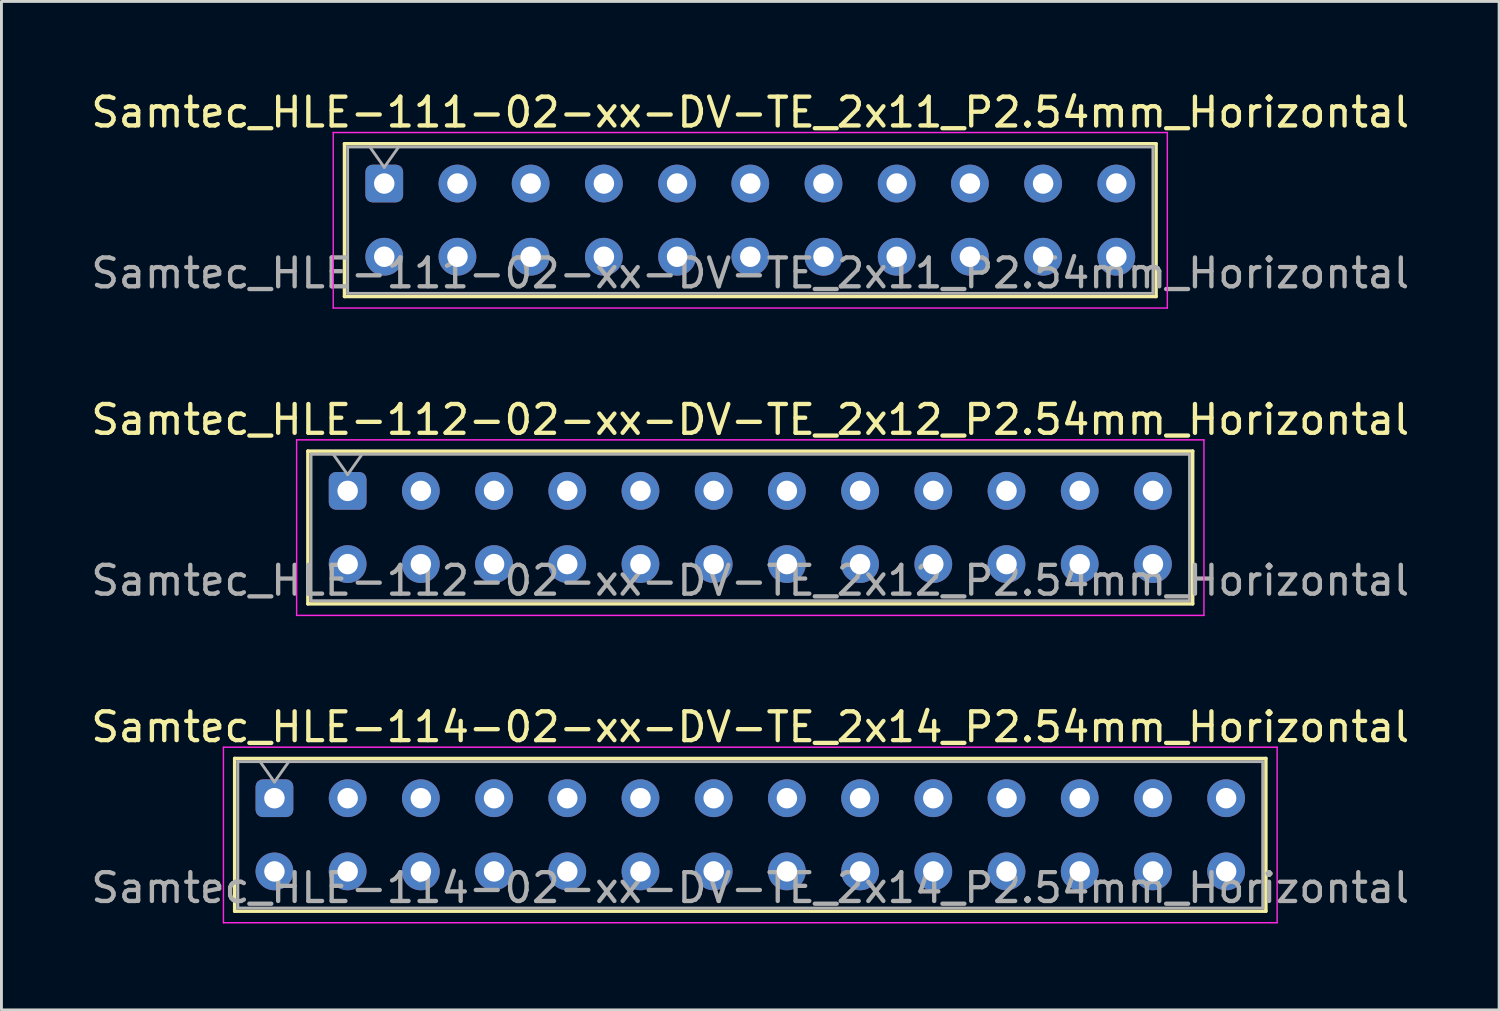
<source format=kicad_pcb>
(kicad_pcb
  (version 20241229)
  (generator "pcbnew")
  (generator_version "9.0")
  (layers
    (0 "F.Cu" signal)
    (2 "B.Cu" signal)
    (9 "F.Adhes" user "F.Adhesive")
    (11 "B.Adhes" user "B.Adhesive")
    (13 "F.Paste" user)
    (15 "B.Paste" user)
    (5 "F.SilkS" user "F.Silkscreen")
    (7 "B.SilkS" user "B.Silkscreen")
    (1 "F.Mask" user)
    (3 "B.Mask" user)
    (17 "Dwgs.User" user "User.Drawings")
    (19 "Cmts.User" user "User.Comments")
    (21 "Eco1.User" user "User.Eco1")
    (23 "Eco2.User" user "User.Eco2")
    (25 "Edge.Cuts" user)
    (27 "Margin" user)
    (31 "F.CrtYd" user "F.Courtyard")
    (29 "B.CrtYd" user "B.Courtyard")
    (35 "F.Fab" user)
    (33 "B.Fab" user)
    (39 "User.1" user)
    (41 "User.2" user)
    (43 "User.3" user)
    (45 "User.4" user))
  (footprint "Samtec_HLE-114-02-xx-DV-TE_2x14_P2.54mm_Horizontal"
    (layer "F.Cu")
    (at 6.472 24.645)
    (property "Reference" "Samtec_HLE-114-02-xx-DV-TE_2x14_P2.54mm_Horizontal" (at 16.51 -2.47 0) (layer "F.SilkS") (effects (font (size 1 1) (thickness 0.15))))
    (attr through_hole)
    (fp_line (start -1.38 -1.38) (end 34.4 -1.38) (stroke (width 0.12) (type solid)) (layer "F.SilkS"))
    (fp_line (start -1.38 3.92) (end -1.38 -1.38) (stroke (width 0.12) (type solid)) (layer "F.SilkS"))
    (fp_line (start 34.4 -1.38) (end 34.4 3.92) (stroke (width 0.12) (type solid)) (layer "F.SilkS"))
    (fp_line (start 34.4 3.92) (end -1.38 3.92) (stroke (width 0.12) (type solid)) (layer "F.SilkS"))
    (fp_line (start -1.77 -1.77) (end 34.79 -1.77) (stroke (width 0.05) (type solid)) (layer "F.CrtYd"))
    (fp_line (start -1.77 4.32) (end -1.77 -1.77) (stroke (width 0.05) (type solid)) (layer "F.CrtYd"))
    (fp_line (start 34.79 -1.77) (end 34.79 4.32) (stroke (width 0.05) (type solid)) (layer "F.CrtYd"))
    (fp_line (start 34.79 4.32) (end -1.77 4.32) (stroke (width 0.05) (type solid)) (layer "F.CrtYd"))
    (fp_line (start -1.27 -1.27) (end 34.29 -1.27) (stroke (width 0.1) (type solid)) (layer "F.Fab"))
    (fp_line (start -1.27 3.81) (end -1.27 -1.27) (stroke (width 0.1) (type solid)) (layer "F.Fab"))
    (fp_line (start -0.5 -1.27) (end 0 -0.563) (stroke (width 0.1) (type solid)) (layer "F.Fab"))
    (fp_line (start 0 -0.563) (end 0.5 -1.27) (stroke (width 0.1) (type solid)) (layer "F.Fab"))
    (fp_line (start 34.29 -1.27) (end 34.29 3.81) (stroke (width 0.1) (type solid)) (layer "F.Fab"))
    (fp_line (start 34.29 3.81) (end -1.27 3.81) (stroke (width 0.1) (type solid)) (layer "F.Fab"))
    (fp_text user "${REFERENCE}" (at 16.51 3.11 0) (layer "F.Fab") (effects (font (size 1 1) (thickness 0.15))))
    (pad "1" thru_hole roundrect (at 0 0) (size 1.31 1.31) (drill 0.71) (layers "*.Cu" "*.Mask") (roundrect_rratio 0.191))
    (pad "2" thru_hole circle (at 0 2.54) (size 1.31 1.31) (drill 0.71) (layers "*.Cu" "*.Mask"))
    (pad "3" thru_hole circle (at 2.54 0) (size 1.31 1.31) (drill 0.71) (layers "*.Cu" "*.Mask"))
    (pad "4" thru_hole circle (at 2.54 2.54) (size 1.31 1.31) (drill 0.71) (layers "*.Cu" "*.Mask"))
    (pad "5" thru_hole circle (at 5.08 0) (size 1.31 1.31) (drill 0.71) (layers "*.Cu" "*.Mask"))
    (pad "6" thru_hole circle (at 5.08 2.54) (size 1.31 1.31) (drill 0.71) (layers "*.Cu" "*.Mask"))
    (pad "7" thru_hole circle (at 7.62 0) (size 1.31 1.31) (drill 0.71) (layers "*.Cu" "*.Mask"))
    (pad "8" thru_hole circle (at 7.62 2.54) (size 1.31 1.31) (drill 0.71) (layers "*.Cu" "*.Mask"))
    (pad "9" thru_hole circle (at 10.16 0) (size 1.31 1.31) (drill 0.71) (layers "*.Cu" "*.Mask"))
    (pad "10" thru_hole circle (at 10.16 2.54) (size 1.31 1.31) (drill 0.71) (layers "*.Cu" "*.Mask"))
    (pad "11" thru_hole circle (at 12.7 0) (size 1.31 1.31) (drill 0.71) (layers "*.Cu" "*.Mask"))
    (pad "12" thru_hole circle (at 12.7 2.54) (size 1.31 1.31) (drill 0.71) (layers "*.Cu" "*.Mask"))
    (pad "13" thru_hole circle (at 15.24 0) (size 1.31 1.31) (drill 0.71) (layers "*.Cu" "*.Mask"))
    (pad "14" thru_hole circle (at 15.24 2.54) (size 1.31 1.31) (drill 0.71) (layers "*.Cu" "*.Mask"))
    (pad "15" thru_hole circle (at 17.78 0) (size 1.31 1.31) (drill 0.71) (layers "*.Cu" "*.Mask"))
    (pad "16" thru_hole circle (at 17.78 2.54) (size 1.31 1.31) (drill 0.71) (layers "*.Cu" "*.Mask"))
    (pad "17" thru_hole circle (at 20.32 0) (size 1.31 1.31) (drill 0.71) (layers "*.Cu" "*.Mask"))
    (pad "18" thru_hole circle (at 20.32 2.54) (size 1.31 1.31) (drill 0.71) (layers "*.Cu" "*.Mask"))
    (pad "19" thru_hole circle (at 22.86 0) (size 1.31 1.31) (drill 0.71) (layers "*.Cu" "*.Mask"))
    (pad "20" thru_hole circle (at 22.86 2.54) (size 1.31 1.31) (drill 0.71) (layers "*.Cu" "*.Mask"))
    (pad "21" thru_hole circle (at 25.4 0) (size 1.31 1.31) (drill 0.71) (layers "*.Cu" "*.Mask"))
    (pad "22" thru_hole circle (at 25.4 2.54) (size 1.31 1.31) (drill 0.71) (layers "*.Cu" "*.Mask"))
    (pad "23" thru_hole circle (at 27.94 0) (size 1.31 1.31) (drill 0.71) (layers "*.Cu" "*.Mask"))
    (pad "24" thru_hole circle (at 27.94 2.54) (size 1.31 1.31) (drill 0.71) (layers "*.Cu" "*.Mask"))
    (pad "25" thru_hole circle (at 30.48 0) (size 1.31 1.31) (drill 0.71) (layers "*.Cu" "*.Mask"))
    (pad "26" thru_hole circle (at 30.48 2.54) (size 1.31 1.31) (drill 0.71) (layers "*.Cu" "*.Mask"))
    (pad "27" thru_hole circle (at 33.02 0) (size 1.31 1.31) (drill 0.71) (layers "*.Cu" "*.Mask"))
    (pad "28" thru_hole circle (at 33.02 2.54) (size 1.31 1.31) (drill 0.71) (layers "*.Cu" "*.Mask")))
  (footprint "Samtec_HLE-112-02-xx-DV-TE_2x12_P2.54mm_Horizontal"
    (layer "F.Cu")
    (at 9.012 13.982)
    (property "Reference" "Samtec_HLE-112-02-xx-DV-TE_2x12_P2.54mm_Horizontal" (at 13.97 -2.47 0) (layer "F.SilkS") (effects (font (size 1 1) (thickness 0.15))))
    (attr through_hole)
    (fp_line (start -1.38 -1.38) (end 29.32 -1.38) (stroke (width 0.12) (type solid)) (layer "F.SilkS"))
    (fp_line (start -1.38 3.92) (end -1.38 -1.38) (stroke (width 0.12) (type solid)) (layer "F.SilkS"))
    (fp_line (start 29.32 -1.38) (end 29.32 3.92) (stroke (width 0.12) (type solid)) (layer "F.SilkS"))
    (fp_line (start 29.32 3.92) (end -1.38 3.92) (stroke (width 0.12) (type solid)) (layer "F.SilkS"))
    (fp_line (start -1.77 -1.77) (end 29.71 -1.77) (stroke (width 0.05) (type solid)) (layer "F.CrtYd"))
    (fp_line (start -1.77 4.32) (end -1.77 -1.77) (stroke (width 0.05) (type solid)) (layer "F.CrtYd"))
    (fp_line (start 29.71 -1.77) (end 29.71 4.32) (stroke (width 0.05) (type solid)) (layer "F.CrtYd"))
    (fp_line (start 29.71 4.32) (end -1.77 4.32) (stroke (width 0.05) (type solid)) (layer "F.CrtYd"))
    (fp_line (start -1.27 -1.27) (end 29.21 -1.27) (stroke (width 0.1) (type solid)) (layer "F.Fab"))
    (fp_line (start -1.27 3.81) (end -1.27 -1.27) (stroke (width 0.1) (type solid)) (layer "F.Fab"))
    (fp_line (start -0.5 -1.27) (end 0 -0.563) (stroke (width 0.1) (type solid)) (layer "F.Fab"))
    (fp_line (start 0 -0.563) (end 0.5 -1.27) (stroke (width 0.1) (type solid)) (layer "F.Fab"))
    (fp_line (start 29.21 -1.27) (end 29.21 3.81) (stroke (width 0.1) (type solid)) (layer "F.Fab"))
    (fp_line (start 29.21 3.81) (end -1.27 3.81) (stroke (width 0.1) (type solid)) (layer "F.Fab"))
    (fp_text user "${REFERENCE}" (at 13.97 3.11 0) (layer "F.Fab") (effects (font (size 1 1) (thickness 0.15))))
    (pad "1" thru_hole roundrect (at 0 0) (size 1.31 1.31) (drill 0.71) (layers "*.Cu" "*.Mask") (roundrect_rratio 0.191))
    (pad "2" thru_hole circle (at 0 2.54) (size 1.31 1.31) (drill 0.71) (layers "*.Cu" "*.Mask"))
    (pad "3" thru_hole circle (at 2.54 0) (size 1.31 1.31) (drill 0.71) (layers "*.Cu" "*.Mask"))
    (pad "4" thru_hole circle (at 2.54 2.54) (size 1.31 1.31) (drill 0.71) (layers "*.Cu" "*.Mask"))
    (pad "5" thru_hole circle (at 5.08 0) (size 1.31 1.31) (drill 0.71) (layers "*.Cu" "*.Mask"))
    (pad "6" thru_hole circle (at 5.08 2.54) (size 1.31 1.31) (drill 0.71) (layers "*.Cu" "*.Mask"))
    (pad "7" thru_hole circle (at 7.62 0) (size 1.31 1.31) (drill 0.71) (layers "*.Cu" "*.Mask"))
    (pad "8" thru_hole circle (at 7.62 2.54) (size 1.31 1.31) (drill 0.71) (layers "*.Cu" "*.Mask"))
    (pad "9" thru_hole circle (at 10.16 0) (size 1.31 1.31) (drill 0.71) (layers "*.Cu" "*.Mask"))
    (pad "10" thru_hole circle (at 10.16 2.54) (size 1.31 1.31) (drill 0.71) (layers "*.Cu" "*.Mask"))
    (pad "11" thru_hole circle (at 12.7 0) (size 1.31 1.31) (drill 0.71) (layers "*.Cu" "*.Mask"))
    (pad "12" thru_hole circle (at 12.7 2.54) (size 1.31 1.31) (drill 0.71) (layers "*.Cu" "*.Mask"))
    (pad "13" thru_hole circle (at 15.24 0) (size 1.31 1.31) (drill 0.71) (layers "*.Cu" "*.Mask"))
    (pad "14" thru_hole circle (at 15.24 2.54) (size 1.31 1.31) (drill 0.71) (layers "*.Cu" "*.Mask"))
    (pad "15" thru_hole circle (at 17.78 0) (size 1.31 1.31) (drill 0.71) (layers "*.Cu" "*.Mask"))
    (pad "16" thru_hole circle (at 17.78 2.54) (size 1.31 1.31) (drill 0.71) (layers "*.Cu" "*.Mask"))
    (pad "17" thru_hole circle (at 20.32 0) (size 1.31 1.31) (drill 0.71) (layers "*.Cu" "*.Mask"))
    (pad "18" thru_hole circle (at 20.32 2.54) (size 1.31 1.31) (drill 0.71) (layers "*.Cu" "*.Mask"))
    (pad "19" thru_hole circle (at 22.86 0) (size 1.31 1.31) (drill 0.71) (layers "*.Cu" "*.Mask"))
    (pad "20" thru_hole circle (at 22.86 2.54) (size 1.31 1.31) (drill 0.71) (layers "*.Cu" "*.Mask"))
    (pad "21" thru_hole circle (at 25.4 0) (size 1.31 1.31) (drill 0.71) (layers "*.Cu" "*.Mask"))
    (pad "22" thru_hole circle (at 25.4 2.54) (size 1.31 1.31) (drill 0.71) (layers "*.Cu" "*.Mask"))
    (pad "23" thru_hole circle (at 27.94 0) (size 1.31 1.31) (drill 0.71) (layers "*.Cu" "*.Mask"))
    (pad "24" thru_hole circle (at 27.94 2.54) (size 1.31 1.31) (drill 0.71) (layers "*.Cu" "*.Mask")))
  (footprint "Samtec_HLE-111-02-xx-DV-TE_2x11_P2.54mm_Horizontal"
    (layer "F.Cu")
    (at 10.282 3.318)
    (property "Reference" "Samtec_HLE-111-02-xx-DV-TE_2x11_P2.54mm_Horizontal" (at 12.7 -2.47 0) (layer "F.SilkS") (effects (font (size 1 1) (thickness 0.15))))
    (attr through_hole)
    (fp_line (start -1.38 -1.38) (end 26.78 -1.38) (stroke (width 0.12) (type solid)) (layer "F.SilkS"))
    (fp_line (start -1.38 3.92) (end -1.38 -1.38) (stroke (width 0.12) (type solid)) (layer "F.SilkS"))
    (fp_line (start 26.78 -1.38) (end 26.78 3.92) (stroke (width 0.12) (type solid)) (layer "F.SilkS"))
    (fp_line (start 26.78 3.92) (end -1.38 3.92) (stroke (width 0.12) (type solid)) (layer "F.SilkS"))
    (fp_line (start -1.77 -1.77) (end 27.17 -1.77) (stroke (width 0.05) (type solid)) (layer "F.CrtYd"))
    (fp_line (start -1.77 4.32) (end -1.77 -1.77) (stroke (width 0.05) (type solid)) (layer "F.CrtYd"))
    (fp_line (start 27.17 -1.77) (end 27.17 4.32) (stroke (width 0.05) (type solid)) (layer "F.CrtYd"))
    (fp_line (start 27.17 4.32) (end -1.77 4.32) (stroke (width 0.05) (type solid)) (layer "F.CrtYd"))
    (fp_line (start -1.27 -1.27) (end 26.67 -1.27) (stroke (width 0.1) (type solid)) (layer "F.Fab"))
    (fp_line (start -1.27 3.81) (end -1.27 -1.27) (stroke (width 0.1) (type solid)) (layer "F.Fab"))
    (fp_line (start -0.5 -1.27) (end 0 -0.563) (stroke (width 0.1) (type solid)) (layer "F.Fab"))
    (fp_line (start 0 -0.563) (end 0.5 -1.27) (stroke (width 0.1) (type solid)) (layer "F.Fab"))
    (fp_line (start 26.67 -1.27) (end 26.67 3.81) (stroke (width 0.1) (type solid)) (layer "F.Fab"))
    (fp_line (start 26.67 3.81) (end -1.27 3.81) (stroke (width 0.1) (type solid)) (layer "F.Fab"))
    (fp_text user "${REFERENCE}" (at 12.7 3.11 0) (layer "F.Fab") (effects (font (size 1 1) (thickness 0.15))))
    (pad "1" thru_hole roundrect (at 0 0) (size 1.31 1.31) (drill 0.71) (layers "*.Cu" "*.Mask") (roundrect_rratio 0.191))
    (pad "2" thru_hole circle (at 0 2.54) (size 1.31 1.31) (drill 0.71) (layers "*.Cu" "*.Mask"))
    (pad "3" thru_hole circle (at 2.54 0) (size 1.31 1.31) (drill 0.71) (layers "*.Cu" "*.Mask"))
    (pad "4" thru_hole circle (at 2.54 2.54) (size 1.31 1.31) (drill 0.71) (layers "*.Cu" "*.Mask"))
    (pad "5" thru_hole circle (at 5.08 0) (size 1.31 1.31) (drill 0.71) (layers "*.Cu" "*.Mask"))
    (pad "6" thru_hole circle (at 5.08 2.54) (size 1.31 1.31) (drill 0.71) (layers "*.Cu" "*.Mask"))
    (pad "7" thru_hole circle (at 7.62 0) (size 1.31 1.31) (drill 0.71) (layers "*.Cu" "*.Mask"))
    (pad "8" thru_hole circle (at 7.62 2.54) (size 1.31 1.31) (drill 0.71) (layers "*.Cu" "*.Mask"))
    (pad "9" thru_hole circle (at 10.16 0) (size 1.31 1.31) (drill 0.71) (layers "*.Cu" "*.Mask"))
    (pad "10" thru_hole circle (at 10.16 2.54) (size 1.31 1.31) (drill 0.71) (layers "*.Cu" "*.Mask"))
    (pad "11" thru_hole circle (at 12.7 0) (size 1.31 1.31) (drill 0.71) (layers "*.Cu" "*.Mask"))
    (pad "12" thru_hole circle (at 12.7 2.54) (size 1.31 1.31) (drill 0.71) (layers "*.Cu" "*.Mask"))
    (pad "13" thru_hole circle (at 15.24 0) (size 1.31 1.31) (drill 0.71) (layers "*.Cu" "*.Mask"))
    (pad "14" thru_hole circle (at 15.24 2.54) (size 1.31 1.31) (drill 0.71) (layers "*.Cu" "*.Mask"))
    (pad "15" thru_hole circle (at 17.78 0) (size 1.31 1.31) (drill 0.71) (layers "*.Cu" "*.Mask"))
    (pad "16" thru_hole circle (at 17.78 2.54) (size 1.31 1.31) (drill 0.71) (layers "*.Cu" "*.Mask"))
    (pad "17" thru_hole circle (at 20.32 0) (size 1.31 1.31) (drill 0.71) (layers "*.Cu" "*.Mask"))
    (pad "18" thru_hole circle (at 20.32 2.54) (size 1.31 1.31) (drill 0.71) (layers "*.Cu" "*.Mask"))
    (pad "19" thru_hole circle (at 22.86 0) (size 1.31 1.31) (drill 0.71) (layers "*.Cu" "*.Mask"))
    (pad "20" thru_hole circle (at 22.86 2.54) (size 1.31 1.31) (drill 0.71) (layers "*.Cu" "*.Mask"))
    (pad "21" thru_hole circle (at 25.4 0) (size 1.31 1.31) (drill 0.71) (layers "*.Cu" "*.Mask"))
    (pad "22" thru_hole circle (at 25.4 2.54) (size 1.31 1.31) (drill 0.71) (layers "*.Cu" "*.Mask")))
  (gr_rect
    (start -3 -3)
    (end 48.964 31.99)
    (stroke (width 0.1) (type default))
    (fill no)
    (layer "Edge.Cuts")))
</source>
